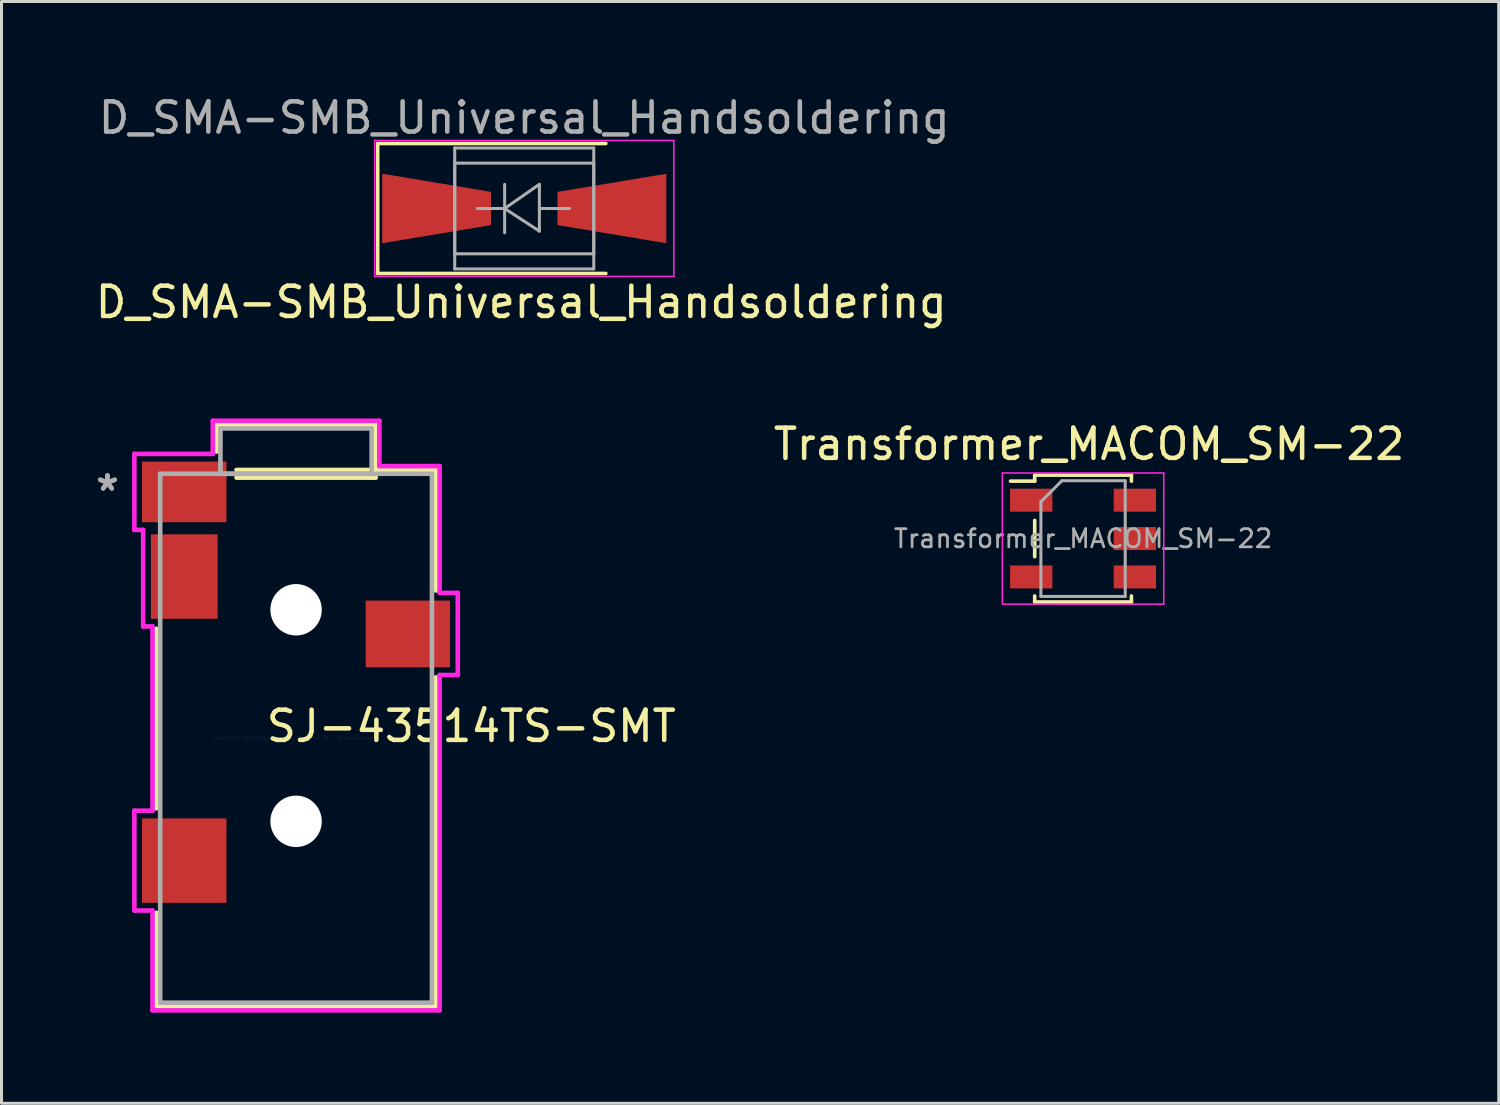
<source format=kicad_pcb>
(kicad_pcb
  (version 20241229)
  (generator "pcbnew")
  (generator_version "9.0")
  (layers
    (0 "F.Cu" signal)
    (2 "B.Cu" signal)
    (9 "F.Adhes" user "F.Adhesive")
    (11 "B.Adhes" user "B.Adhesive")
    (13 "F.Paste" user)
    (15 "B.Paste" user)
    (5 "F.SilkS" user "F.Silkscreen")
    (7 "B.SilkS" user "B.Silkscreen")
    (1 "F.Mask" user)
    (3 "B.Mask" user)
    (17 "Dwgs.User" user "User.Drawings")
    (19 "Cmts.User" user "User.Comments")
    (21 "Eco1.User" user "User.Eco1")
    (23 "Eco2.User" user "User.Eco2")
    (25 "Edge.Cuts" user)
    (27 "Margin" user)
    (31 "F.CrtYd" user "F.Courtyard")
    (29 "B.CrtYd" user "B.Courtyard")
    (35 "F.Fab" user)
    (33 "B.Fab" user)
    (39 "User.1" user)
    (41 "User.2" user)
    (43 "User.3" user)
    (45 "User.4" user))
  (footprint "SJ-43514TS-SMT"
    (layer "F.Cu")
    (at 6.746 21.376)
    (property "Reference" "SJ-43514TS-SMT" (at 5.8 -0.4 0) (layer "F.SilkS") (effects (font (size 1 1) (thickness 0.15))))
    (attr through_hole)
    (fp_line (start -4.623 -3.621) (end -4.623 2.32) (stroke (width 0.152) (type solid)) (layer "F.SilkS"))
    (fp_line (start -4.623 5.779) (end -4.623 8.877) (stroke (width 0.152) (type solid)) (layer "F.SilkS"))
    (fp_line (start -4.623 8.877) (end 4.572 8.877) (stroke (width 0.152) (type solid)) (layer "F.SilkS"))
    (fp_line (start -2.629 -10.376) (end -2.629 -9.486) (stroke (width 0.152) (type solid)) (layer "F.SilkS"))
    (fp_line (start -1.97 -8.623) (end 2.629 -8.623) (stroke (width 0.152) (type solid)) (layer "F.SilkS"))
    (fp_line (start 2.629 -10.376) (end -2.629 -10.376) (stroke (width 0.152) (type solid)) (layer "F.SilkS"))
    (fp_line (start 2.629 -8.623) (end 2.629 -10.376) (stroke (width 0.152) (type solid)) (layer "F.SilkS"))
    (fp_line (start 4.623 -8.877) (end -1.97 -8.877) (stroke (width 0.152) (type solid)) (layer "F.SilkS"))
    (fp_line (start 4.623 -4.888) (end 4.623 -8.877) (stroke (width 0.152) (type solid)) (layer "F.SilkS"))
    (fp_line (start 4.623 8.877) (end 4.623 -2.013) (stroke (width 0.152) (type solid)) (layer "F.SilkS"))
    (fp_line (start -5.351 -9.408) (end -5.351 -6.893) (stroke (width 0.152) (type solid)) (layer "F.CrtYd"))
    (fp_line (start -5.351 -6.893) (end -5.059 -6.893) (stroke (width 0.152) (type solid)) (layer "F.CrtYd"))
    (fp_line (start -5.351 2.399) (end -5.351 5.701) (stroke (width 0.152) (type solid)) (layer "F.CrtYd"))
    (fp_line (start -5.351 5.701) (end -4.75 5.701) (stroke (width 0.152) (type solid)) (layer "F.CrtYd"))
    (fp_line (start -5.059 -6.893) (end -5.059 -3.699) (stroke (width 0.152) (type solid)) (layer "F.CrtYd"))
    (fp_line (start -5.059 -3.699) (end -4.75 -3.699) (stroke (width 0.152) (type solid)) (layer "F.CrtYd"))
    (fp_line (start -4.75 -3.699) (end -4.75 2.399) (stroke (width 0.152) (type solid)) (layer "F.CrtYd"))
    (fp_line (start -4.75 2.399) (end -5.351 2.399) (stroke (width 0.152) (type solid)) (layer "F.CrtYd"))
    (fp_line (start -4.75 5.701) (end -4.75 9.004) (stroke (width 0.152) (type solid)) (layer "F.CrtYd"))
    (fp_line (start -4.75 9.004) (end 4.75 9.004) (stroke (width 0.152) (type solid)) (layer "F.CrtYd"))
    (fp_line (start -2.756 -10.503) (end -2.756 -9.408) (stroke (width 0.152) (type solid)) (layer "F.CrtYd"))
    (fp_line (start -2.756 -9.408) (end -5.351 -9.408) (stroke (width 0.152) (type solid)) (layer "F.CrtYd"))
    (fp_line (start 2.756 -10.503) (end -2.756 -10.503) (stroke (width 0.152) (type solid)) (layer "F.CrtYd"))
    (fp_line (start 2.756 -9.004) (end 2.756 -10.503) (stroke (width 0.152) (type solid)) (layer "F.CrtYd"))
    (fp_line (start 4.75 -9.004) (end 2.756 -9.004) (stroke (width 0.152) (type solid)) (layer "F.CrtYd"))
    (fp_line (start 4.75 -4.809) (end 4.75 -9.004) (stroke (width 0.152) (type solid)) (layer "F.CrtYd"))
    (fp_line (start 4.75 -2.091) (end 5.351 -2.091) (stroke (width 0.152) (type solid)) (layer "F.CrtYd"))
    (fp_line (start 4.75 9.004) (end 4.75 -2.091) (stroke (width 0.152) (type solid)) (layer "F.CrtYd"))
    (fp_line (start 5.351 -4.809) (end 4.75 -4.809) (stroke (width 0.152) (type solid)) (layer "F.CrtYd"))
    (fp_line (start 5.351 -2.091) (end 5.351 -4.809) (stroke (width 0.152) (type solid)) (layer "F.CrtYd"))
    (fp_line (start -4.496 -8.75) (end -4.496 8.75) (stroke (width 0.152) (type solid)) (layer "F.Fab"))
    (fp_line (start -4.496 8.75) (end 4.496 8.75) (stroke (width 0.152) (type solid)) (layer "F.Fab"))
    (fp_line (start -2.502 -10.249) (end -2.502 -8.75) (stroke (width 0.152) (type solid)) (layer "F.Fab"))
    (fp_line (start -2.502 -8.75) (end 2.502 -8.75) (stroke (width 0.152) (type solid)) (layer "F.Fab"))
    (fp_line (start 2.502 -10.249) (end -2.502 -10.249) (stroke (width 0.152) (type solid)) (layer "F.Fab"))
    (fp_line (start 2.502 -8.75) (end 2.502 -10.249) (stroke (width 0.152) (type solid)) (layer "F.Fab"))
    (fp_line (start 4.496 -8.75) (end -4.496 -8.75) (stroke (width 0.152) (type solid)) (layer "F.Fab"))
    (fp_line (start 4.496 8.75) (end 4.496 -8.75) (stroke (width 0.152) (type solid)) (layer "F.Fab"))
    (fp_text user "Copyright 2016 Accelerated Designs. All rights reserved." (at 0 0 0) (layer "Cmts.User") (effects (font (size 0.127 0.127) (thickness 0.002))))
    (fp_text user "*" (at -6.24 -8.15 0) (layer "F.Fab") (effects (font (size 1 1) (thickness 0.15))))
    (fp_text user "*" (at -6.24 -8.15 0) (layer "F.Fab") (effects (font (size 1 1) (thickness 0.15))))
    (pad "" np_thru_hole circle (at 0 -4.25) (size 1.702 1.702) (drill 1.702) (layers "*.Cu" "*.Mask"))
    (pad "" np_thru_hole circle (at 0 2.75) (size 1.702 1.702) (drill 1.702) (layers "*.Cu" "*.Mask"))
    (pad "1" smd rect (at -3.7 -8.15) (size 2.794 2.007) (layers "F.Cu" "F.Mask" "F.Paste"))
    (pad "2" smd rect (at -3.7 4.05) (size 2.794 2.794) (layers "F.Cu" "F.Mask" "F.Paste"))
    (pad "3" smd rect (at 3.7 -3.45) (size 2.794 2.21) (layers "F.Cu" "F.Mask" "F.Paste"))
    (pad "4" smd rect (at -3.7 -5.35) (size 2.21 2.794) (layers "F.Cu" "F.Mask" "F.Paste")))
  (footprint "D_SMA-SMB_Universal_Handsoldering"
    (layer "F.Cu")
    (at 14.296 3.848)
    (property "Reference" "D_SMA-SMB_Universal_Handsoldering" (at -0.1 3.1 0) (layer "F.SilkS") (effects (font (size 1 1) (thickness 0.15))))
    (attr smd)
    (fp_line (start -4.85 -2.15) (end -4.85 2.15) (stroke (width 0.12) (type solid)) (layer "F.SilkS"))
    (fp_line (start -4.85 -2.15) (end 2.7 -2.15) (stroke (width 0.12) (type solid)) (layer "F.SilkS"))
    (fp_line (start -4.85 2.15) (end 2.7 2.15) (stroke (width 0.12) (type solid)) (layer "F.SilkS"))
    (fp_line (start -4.95 -2.25) (end 4.95 -2.25) (stroke (width 0.05) (type solid)) (layer "F.CrtYd"))
    (fp_line (start -4.95 2.25) (end -4.95 -2.25) (stroke (width 0.05) (type solid)) (layer "F.CrtYd"))
    (fp_line (start 4.95 -2.25) (end 4.95 2.25) (stroke (width 0.05) (type solid)) (layer "F.CrtYd"))
    (fp_line (start 4.95 2.25) (end -4.95 2.25) (stroke (width 0.05) (type solid)) (layer "F.CrtYd"))
    (fp_line (start -2.3 1.5) (end -2.3 -1.5) (stroke (width 0.1) (type solid)) (layer "F.Fab"))
    (fp_line (start -2.3 2) (end -2.3 -2) (stroke (width 0.1) (type solid)) (layer "F.Fab"))
    (fp_line (start -0.649 -0.799) (end -0.649 0.801) (stroke (width 0.1) (type solid)) (layer "F.Fab"))
    (fp_line (start -0.649 0.001) (end -1.551 0.001) (stroke (width 0.1) (type solid)) (layer "F.Fab"))
    (fp_line (start -0.649 0.001) (end 0.501 -0.799) (stroke (width 0.1) (type solid)) (layer "F.Fab"))
    (fp_line (start -0.649 0.001) (end 0.501 0.75) (stroke (width 0.1) (type solid)) (layer "F.Fab"))
    (fp_line (start 0.501 0.001) (end 1.499 0.001) (stroke (width 0.1) (type solid)) (layer "F.Fab"))
    (fp_line (start 0.501 0.75) (end 0.501 -0.799) (stroke (width 0.1) (type solid)) (layer "F.Fab"))
    (fp_line (start 2.3 -2) (end -2.3 -2) (stroke (width 0.1) (type solid)) (layer "F.Fab"))
    (fp_line (start 2.3 -2) (end 2.3 2) (stroke (width 0.1) (type solid)) (layer "F.Fab"))
    (fp_line (start 2.3 -1.5) (end -2.3 -1.5) (stroke (width 0.1) (type solid)) (layer "F.Fab"))
    (fp_line (start 2.3 -1.5) (end 2.3 1.5) (stroke (width 0.1) (type solid)) (layer "F.Fab"))
    (fp_line (start 2.3 1.5) (end -2.3 1.5) (stroke (width 0.1) (type solid)) (layer "F.Fab"))
    (fp_line (start 2.3 2) (end -2.3 2) (stroke (width 0.1) (type solid)) (layer "F.Fab"))
    (fp_text user "${REFERENCE}" (at 0 -3 0) (layer "F.Fab") (effects (font (size 1 1) (thickness 0.15))))
    (pad "1" smd trapezoid (at -2.9 0) (size 3.6 1.7) (rect_delta 0.6 0) (layers "F.Cu" "F.Mask" "F.Paste"))
    (pad "2" smd trapezoid (at 2.9 0 180) (size 3.6 1.7) (rect_delta 0.6 0) (layers "F.Cu" "F.Mask" "F.Paste")))
  (footprint "Transformer_MACOM_SM-22"
    (layer "F.Cu")
    (at 32.786 14.77)
    (property "Reference" "Transformer_MACOM_SM-22" (at 0.2 -3.125 0) (layer "F.SilkS") (effects (font (size 1 1) (thickness 0.15))))
    (attr smd)
    (fp_line (start -1.6 -2.1) (end -1.6 -1.9) (stroke (width 0.12) (type solid)) (layer "F.SilkS"))
    (fp_line (start -1.6 -1.9) (end -2.4 -1.9) (stroke (width 0.12) (type solid)) (layer "F.SilkS"))
    (fp_line (start -1.6 -0.6) (end -1.6 0.6) (stroke (width 0.12) (type solid)) (layer "F.SilkS"))
    (fp_line (start -1.6 1.9) (end -1.6 2.1) (stroke (width 0.12) (type solid)) (layer "F.SilkS"))
    (fp_line (start -1.6 2.1) (end 1.6 2.1) (stroke (width 0.12) (type solid)) (layer "F.SilkS"))
    (fp_line (start 1.6 -2.1) (end -1.6 -2.1) (stroke (width 0.12) (type solid)) (layer "F.SilkS"))
    (fp_line (start 1.6 -1.9) (end 1.6 -2.1) (stroke (width 0.12) (type solid)) (layer "F.SilkS"))
    (fp_line (start 1.6 2.1) (end 1.6 1.9) (stroke (width 0.12) (type solid)) (layer "F.SilkS"))
    (fp_line (start -2.67 -2.17) (end 2.67 -2.17) (stroke (width 0.05) (type solid)) (layer "F.CrtYd"))
    (fp_line (start -2.67 2.17) (end -2.67 -2.17) (stroke (width 0.05) (type solid)) (layer "F.CrtYd"))
    (fp_line (start 2.67 -2.17) (end 2.67 2.17) (stroke (width 0.05) (type solid)) (layer "F.CrtYd"))
    (fp_line (start 2.67 2.17) (end -2.67 2.17) (stroke (width 0.05) (type solid)) (layer "F.CrtYd"))
    (fp_line (start -1.395 -1.218) (end -0.698 -1.915) (stroke (width 0.1) (type solid)) (layer "F.Fab"))
    (fp_line (start -1.395 1.915) (end -1.395 -1.218) (stroke (width 0.1) (type solid)) (layer "F.Fab"))
    (fp_line (start -0.698 -1.915) (end 1.395 -1.915) (stroke (width 0.1) (type solid)) (layer "F.Fab"))
    (fp_line (start 1.395 -1.915) (end 1.395 1.915) (stroke (width 0.1) (type solid)) (layer "F.Fab"))
    (fp_line (start 1.395 1.915) (end -1.395 1.915) (stroke (width 0.1) (type solid)) (layer "F.Fab"))
    (fp_text user "${REFERENCE}" (at 0 0 180) (layer "F.Fab") (effects (font (size 0.6 0.6) (thickness 0.09))))
    (pad "1" smd rect (at 1.715 -1.27) (size 1.4 0.76) (layers "F.Cu" "F.Mask" "F.Paste"))
    (pad "2" smd rect (at 1.715 0) (size 1.4 0.76) (layers "F.Cu" "F.Mask" "F.Paste"))
    (pad "3" smd rect (at 1.715 1.27) (size 1.4 0.76) (layers "F.Cu" "F.Mask" "F.Paste"))
    (pad "4" smd rect (at -1.715 -1.27) (size 1.4 0.76) (layers "F.Cu" "F.Mask" "F.Paste"))
    (pad "5" smd rect (at -1.715 1.27) (size 1.4 0.76) (layers "F.Cu" "F.Mask" "F.Paste")))
  (gr_rect
    (start -3 -3)
    (end 46.54 33.456)
    (stroke (width 0.1) (type default))
    (fill no)
    (layer "Edge.Cuts")))
</source>
